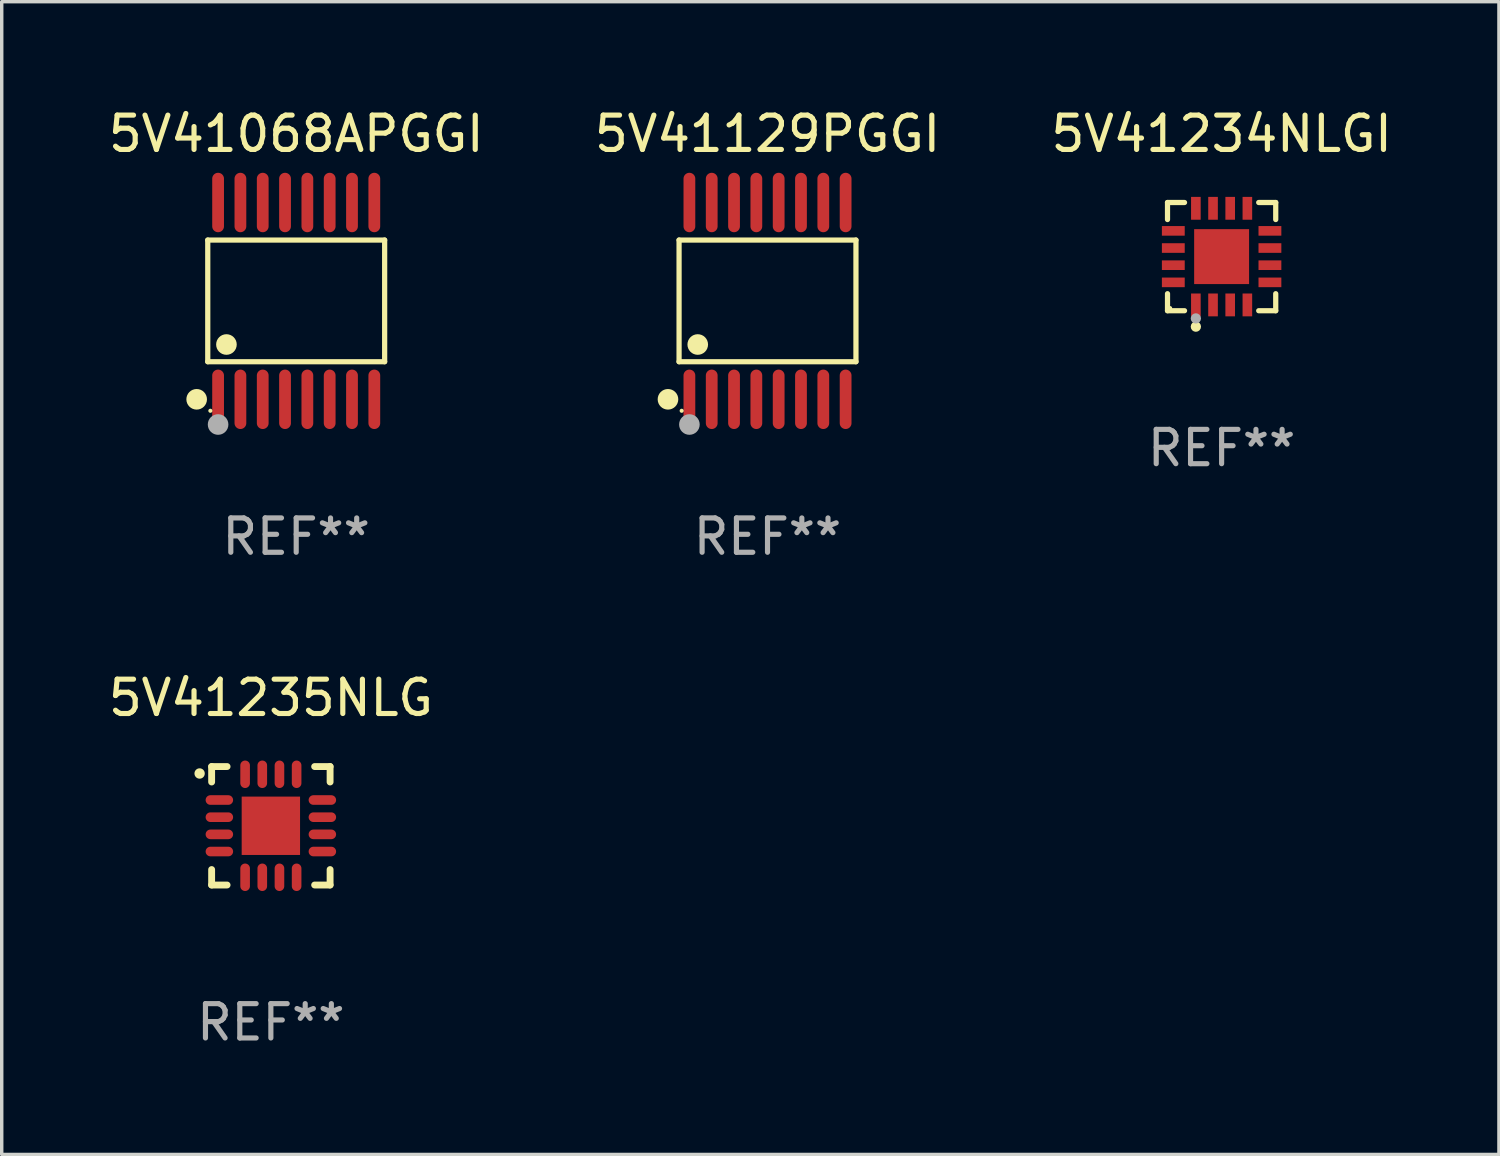
<source format=kicad_pcb>
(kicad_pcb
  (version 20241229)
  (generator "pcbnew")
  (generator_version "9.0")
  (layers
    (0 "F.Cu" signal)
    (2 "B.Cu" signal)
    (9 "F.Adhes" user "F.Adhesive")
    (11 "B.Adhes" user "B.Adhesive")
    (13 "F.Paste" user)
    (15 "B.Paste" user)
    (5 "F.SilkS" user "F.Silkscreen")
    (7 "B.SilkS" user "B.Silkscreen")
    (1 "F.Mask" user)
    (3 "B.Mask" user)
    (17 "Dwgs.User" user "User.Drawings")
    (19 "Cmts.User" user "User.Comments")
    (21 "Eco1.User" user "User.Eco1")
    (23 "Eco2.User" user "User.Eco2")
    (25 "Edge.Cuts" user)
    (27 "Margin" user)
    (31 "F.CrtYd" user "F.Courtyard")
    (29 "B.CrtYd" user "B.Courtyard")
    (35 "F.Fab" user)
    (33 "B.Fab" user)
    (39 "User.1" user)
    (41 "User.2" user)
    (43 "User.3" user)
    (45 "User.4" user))
  (footprint "5V41235NLG"
    (layer "F.Cu")
    (at 4.839 21.001)
    (property "Reference" "5V41235NLG" (at 0 -3.725 0) (layer "F.SilkS") (effects (font (size 1 1) (thickness 0.15))))
    (attr through_hole)
    (fp_line (start -1.725 -1.725) (end -1.275 -1.725) (stroke (width 0.2) (type solid)) (layer "F.SilkS"))
    (fp_line (start -1.725 -1.275) (end -1.725 -1.725) (stroke (width 0.2) (type solid)) (layer "F.SilkS"))
    (fp_line (start -1.725 1.725) (end -1.725 1.275) (stroke (width 0.2) (type solid)) (layer "F.SilkS"))
    (fp_line (start -1.275 1.725) (end -1.725 1.725) (stroke (width 0.2) (type solid)) (layer "F.SilkS"))
    (fp_line (start 1.275 -1.725) (end 1.725 -1.725) (stroke (width 0.2) (type solid)) (layer "F.SilkS"))
    (fp_line (start 1.275 1.725) (end 1.725 1.725) (stroke (width 0.2) (type solid)) (layer "F.SilkS"))
    (fp_line (start 1.725 -1.725) (end 1.725 -1.275) (stroke (width 0.2) (type solid)) (layer "F.SilkS"))
    (fp_line (start 1.725 1.725) (end 1.725 1.275) (stroke (width 0.2) (type solid)) (layer "F.SilkS"))
    (fp_arc (start -2.075184 -1.521463) (mid -2.075189 -1.522733) (end -2.075184 -1.524003) (stroke (width 0.3) (type solid)) (layer "F.SilkS"))
    (fp_text user "REF**" (at 0 5.725 0) (layer "F.Fab") (effects (font (size 1 1) (thickness 0.15))))
    (pad "1" smd oval (at -1.5 -0.75) (size 0.8 0.28) (layers "F.Cu" "F.Mask" "F.Paste"))
    (pad "2" smd oval (at -1.5 -0.25) (size 0.8 0.28) (layers "F.Cu" "F.Mask" "F.Paste"))
    (pad "3" smd oval (at -1.5 0.25) (size 0.8 0.28) (layers "F.Cu" "F.Mask" "F.Paste"))
    (pad "4" smd oval (at -1.5 0.75) (size 0.8 0.28) (layers "F.Cu" "F.Mask" "F.Paste"))
    (pad "5" smd oval (at -0.75 1.5) (size 0.28 0.8) (layers "F.Cu" "F.Mask" "F.Paste"))
    (pad "6" smd oval (at -0.25 1.5) (size 0.28 0.8) (layers "F.Cu" "F.Mask" "F.Paste"))
    (pad "7" smd oval (at 0.25 1.5) (size 0.28 0.8) (layers "F.Cu" "F.Mask" "F.Paste"))
    (pad "8" smd oval (at 0.75 1.5) (size 0.28 0.8) (layers "F.Cu" "F.Mask" "F.Paste"))
    (pad "9" smd oval (at 1.5 0.75) (size 0.8 0.28) (layers "F.Cu" "F.Mask" "F.Paste"))
    (pad "10" smd oval (at 1.5 0.25) (size 0.8 0.28) (layers "F.Cu" "F.Mask" "F.Paste"))
    (pad "11" smd oval (at 1.5 -0.25) (size 0.8 0.28) (layers "F.Cu" "F.Mask" "F.Paste"))
    (pad "12" smd oval (at 1.5 -0.75) (size 0.8 0.28) (layers "F.Cu" "F.Mask" "F.Paste"))
    (pad "13" smd oval (at 0.75 -1.5) (size 0.28 0.8) (layers "F.Cu" "F.Mask" "F.Paste"))
    (pad "14" smd oval (at 0.25 -1.5) (size 0.28 0.8) (layers "F.Cu" "F.Mask" "F.Paste"))
    (pad "15" smd oval (at -0.25 -1.5) (size 0.28 0.8) (layers "F.Cu" "F.Mask" "F.Paste"))
    (pad "16" smd oval (at -0.75 -1.5) (size 0.28 0.8) (layers "F.Cu" "F.Mask" "F.Paste"))
    (pad "17" smd rect (at 0.000076 0.000076) (size 1.7 1.7) (layers "F.Cu" "F.Mask" "F.Paste")))
  (footprint "5V41068APGGI"
    (layer "F.Cu")
    (at 5.577 5.714)
    (property "Reference" "5V41068APGGI" (at 0 -4.866 0) (layer "F.SilkS") (effects (font (size 1 1) (thickness 0.15))))
    (attr through_hole)
    (fp_line (start -2.576 -1.772) (end 2.576 -1.772) (stroke (width 0.152) (type solid)) (layer "F.SilkS"))
    (fp_line (start -2.576 1.771) (end -2.576 -1.772) (stroke (width 0.152) (type solid)) (layer "F.SilkS"))
    (fp_line (start 2.576 -1.772) (end 2.576 1.771) (stroke (width 0.152) (type solid)) (layer "F.SilkS"))
    (fp_line (start 2.576 1.771) (end -2.576 1.771) (stroke (width 0.152) (type solid)) (layer "F.SilkS"))
    (fp_circle (center -2.899 2.866) (end -2.749 2.866) (stroke (width 0.3) (type solid)) (fill no) (layer "F.SilkS"))
    (fp_circle (center -2.5 3.2) (end -2.47 3.2) (stroke (width 0.06) (type solid)) (fill no) (layer "F.SilkS"))
    (fp_circle (center -2.032 1.27) (end -1.882 1.27) (stroke (width 0.3) (type solid)) (fill no) (layer "F.SilkS"))
    (fp_circle (center -2.275 3.6) (end -2.125 3.6) (stroke (width 0.3) (type solid)) (fill no) (layer "F.Fab"))
    (fp_text user "REF**" (at 0 6.866 0) (layer "F.Fab") (effects (font (size 1 1) (thickness 0.15))))
    (pad "1" smd oval (at -2.275 2.866) (size 0.343 1.731) (layers "F.Cu" "F.Mask" "F.Paste"))
    (pad "2" smd oval (at -1.625 2.866) (size 0.343 1.731) (layers "F.Cu" "F.Mask" "F.Paste"))
    (pad "3" smd oval (at -0.975 2.866) (size 0.343 1.731) (layers "F.Cu" "F.Mask" "F.Paste"))
    (pad "4" smd oval (at -0.325 2.866) (size 0.343 1.731) (layers "F.Cu" "F.Mask" "F.Paste"))
    (pad "5" smd oval (at 0.325 2.866) (size 0.343 1.731) (layers "F.Cu" "F.Mask" "F.Paste"))
    (pad "6" smd oval (at 0.975 2.866) (size 0.343 1.731) (layers "F.Cu" "F.Mask" "F.Paste"))
    (pad "7" smd oval (at 1.625 2.866) (size 0.343 1.731) (layers "F.Cu" "F.Mask" "F.Paste"))
    (pad "8" smd oval (at 2.275 2.866) (size 0.343 1.731) (layers "F.Cu" "F.Mask" "F.Paste"))
    (pad "9" smd oval (at 2.275 -2.866) (size 0.343 1.731) (layers "F.Cu" "F.Mask" "F.Paste"))
    (pad "10" smd oval (at 1.625 -2.866) (size 0.343 1.731) (layers "F.Cu" "F.Mask" "F.Paste"))
    (pad "11" smd oval (at 0.975 -2.866) (size 0.343 1.731) (layers "F.Cu" "F.Mask" "F.Paste"))
    (pad "12" smd oval (at 0.325 -2.866) (size 0.343 1.731) (layers "F.Cu" "F.Mask" "F.Paste"))
    (pad "13" smd oval (at -0.325 -2.866) (size 0.343 1.731) (layers "F.Cu" "F.Mask" "F.Paste"))
    (pad "14" smd oval (at -0.975 -2.866) (size 0.343 1.731) (layers "F.Cu" "F.Mask" "F.Paste"))
    (pad "15" smd oval (at -1.625 -2.866) (size 0.343 1.731) (layers "F.Cu" "F.Mask" "F.Paste"))
    (pad "16" smd oval (at -2.275 -2.866) (size 0.343 1.731) (layers "F.Cu" "F.Mask" "F.Paste")))
  (footprint "5V41129PGGI"
    (layer "F.Cu")
    (at 19.304 5.714)
    (property "Reference" "5V41129PGGI" (at 0 -4.866 0) (layer "F.SilkS") (effects (font (size 1 1) (thickness 0.15))))
    (attr through_hole)
    (fp_line (start -2.576 -1.772) (end 2.576 -1.772) (stroke (width 0.152) (type solid)) (layer "F.SilkS"))
    (fp_line (start -2.576 1.771) (end -2.576 -1.772) (stroke (width 0.152) (type solid)) (layer "F.SilkS"))
    (fp_line (start 2.576 -1.772) (end 2.576 1.771) (stroke (width 0.152) (type solid)) (layer "F.SilkS"))
    (fp_line (start 2.576 1.771) (end -2.576 1.771) (stroke (width 0.152) (type solid)) (layer "F.SilkS"))
    (fp_circle (center -2.899 2.866) (end -2.749 2.866) (stroke (width 0.3) (type solid)) (fill no) (layer "F.SilkS"))
    (fp_circle (center -2.5 3.2) (end -2.47 3.2) (stroke (width 0.06) (type solid)) (fill no) (layer "F.SilkS"))
    (fp_circle (center -2.032 1.27) (end -1.882 1.27) (stroke (width 0.3) (type solid)) (fill no) (layer "F.SilkS"))
    (fp_circle (center -2.275 3.6) (end -2.125 3.6) (stroke (width 0.3) (type solid)) (fill no) (layer "F.Fab"))
    (fp_text user "REF**" (at 0 6.866 0) (layer "F.Fab") (effects (font (size 1 1) (thickness 0.15))))
    (pad "1" smd oval (at -2.275 2.866) (size 0.343 1.731) (layers "F.Cu" "F.Mask" "F.Paste"))
    (pad "2" smd oval (at -1.625 2.866) (size 0.343 1.731) (layers "F.Cu" "F.Mask" "F.Paste"))
    (pad "3" smd oval (at -0.975 2.866) (size 0.343 1.731) (layers "F.Cu" "F.Mask" "F.Paste"))
    (pad "4" smd oval (at -0.325 2.866) (size 0.343 1.731) (layers "F.Cu" "F.Mask" "F.Paste"))
    (pad "5" smd oval (at 0.325 2.866) (size 0.343 1.731) (layers "F.Cu" "F.Mask" "F.Paste"))
    (pad "6" smd oval (at 0.975 2.866) (size 0.343 1.731) (layers "F.Cu" "F.Mask" "F.Paste"))
    (pad "7" smd oval (at 1.625 2.866) (size 0.343 1.731) (layers "F.Cu" "F.Mask" "F.Paste"))
    (pad "8" smd oval (at 2.275 2.866) (size 0.343 1.731) (layers "F.Cu" "F.Mask" "F.Paste"))
    (pad "9" smd oval (at 2.275 -2.866) (size 0.343 1.731) (layers "F.Cu" "F.Mask" "F.Paste"))
    (pad "10" smd oval (at 1.625 -2.866) (size 0.343 1.731) (layers "F.Cu" "F.Mask" "F.Paste"))
    (pad "11" smd oval (at 0.975 -2.866) (size 0.343 1.731) (layers "F.Cu" "F.Mask" "F.Paste"))
    (pad "12" smd oval (at 0.325 -2.866) (size 0.343 1.731) (layers "F.Cu" "F.Mask" "F.Paste"))
    (pad "13" smd oval (at -0.325 -2.866) (size 0.343 1.731) (layers "F.Cu" "F.Mask" "F.Paste"))
    (pad "14" smd oval (at -0.975 -2.866) (size 0.343 1.731) (layers "F.Cu" "F.Mask" "F.Paste"))
    (pad "15" smd oval (at -1.625 -2.866) (size 0.343 1.731) (layers "F.Cu" "F.Mask" "F.Paste"))
    (pad "16" smd oval (at -2.275 -2.866) (size 0.343 1.731) (layers "F.Cu" "F.Mask" "F.Paste")))
  (footprint "5V41234NLGI"
    (layer "F.Cu")
    (at 32.53 4.424)
    (property "Reference" "5V41234NLGI" (at 0 -3.576 0) (layer "F.SilkS") (effects (font (size 1 1) (thickness 0.15))))
    (attr through_hole)
    (fp_line (start -1.576 -1.576) (end -1.08 -1.576) (stroke (width 0.152) (type solid)) (layer "F.SilkS"))
    (fp_line (start -1.576 -1.08) (end -1.576 -1.576) (stroke (width 0.152) (type solid)) (layer "F.SilkS"))
    (fp_line (start -1.576 1.08) (end -1.576 1.576) (stroke (width 0.152) (type solid)) (layer "F.SilkS"))
    (fp_line (start -1.576 1.576) (end -1.08 1.576) (stroke (width 0.152) (type solid)) (layer "F.SilkS"))
    (fp_line (start 1.576 -1.576) (end 1.08 -1.576) (stroke (width 0.152) (type solid)) (layer "F.SilkS"))
    (fp_line (start 1.576 -1.08) (end 1.576 -1.576) (stroke (width 0.152) (type solid)) (layer "F.SilkS"))
    (fp_line (start 1.576 1.08) (end 1.576 1.576) (stroke (width 0.152) (type solid)) (layer "F.SilkS"))
    (fp_line (start 1.576 1.576) (end 1.08 1.576) (stroke (width 0.152) (type solid)) (layer "F.SilkS"))
    (fp_circle (center -1.5 1.5) (end -1.47 1.5) (stroke (width 0.06) (type solid)) (fill no) (layer "F.SilkS"))
    (fp_circle (center -0.75 2.04) (end -0.675 2.04) (stroke (width 0.15) (type solid)) (fill no) (layer "F.SilkS"))
    (fp_circle (center -0.75 1.8) (end -0.675 1.8) (stroke (width 0.15) (type solid)) (fill no) (layer "F.Fab"))
    (fp_text user "REF**" (at 0 5.576 0) (layer "F.Fab") (effects (font (size 1 1) (thickness 0.15))))
    (pad "1" smd rect (at -0.75 1.407) (size 0.28 0.665) (layers "F.Cu" "F.Mask" "F.Paste"))
    (pad "2" smd rect (at -0.25 1.407) (size 0.28 0.665) (layers "F.Cu" "F.Mask" "F.Paste"))
    (pad "3" smd rect (at 0.25 1.407) (size 0.28 0.665) (layers "F.Cu" "F.Mask" "F.Paste"))
    (pad "4" smd rect (at 0.75 1.407) (size 0.28 0.665) (layers "F.Cu" "F.Mask" "F.Paste"))
    (pad "5" smd rect (at 1.407 0.75) (size 0.665 0.28) (layers "F.Cu" "F.Mask" "F.Paste"))
    (pad "6" smd rect (at 1.407 0.25) (size 0.665 0.28) (layers "F.Cu" "F.Mask" "F.Paste"))
    (pad "7" smd rect (at 1.407 -0.25) (size 0.665 0.28) (layers "F.Cu" "F.Mask" "F.Paste"))
    (pad "8" smd rect (at 1.407 -0.75) (size 0.665 0.28) (layers "F.Cu" "F.Mask" "F.Paste"))
    (pad "9" smd rect (at 0.75 -1.407) (size 0.28 0.665) (layers "F.Cu" "F.Mask" "F.Paste"))
    (pad "10" smd rect (at 0.25 -1.407) (size 0.28 0.665) (layers "F.Cu" "F.Mask" "F.Paste"))
    (pad "11" smd rect (at -0.25 -1.407) (size 0.28 0.665) (layers "F.Cu" "F.Mask" "F.Paste"))
    (pad "12" smd rect (at -0.75 -1.407) (size 0.28 0.665) (layers "F.Cu" "F.Mask" "F.Paste"))
    (pad "13" smd rect (at -1.407 -0.75) (size 0.665 0.28) (layers "F.Cu" "F.Mask" "F.Paste"))
    (pad "14" smd rect (at -1.407 -0.25) (size 0.665 0.28) (layers "F.Cu" "F.Mask" "F.Paste"))
    (pad "15" smd rect (at -1.407 0.25) (size 0.665 0.28) (layers "F.Cu" "F.Mask" "F.Paste"))
    (pad "16" smd rect (at -1.407 0.75) (size 0.665 0.28) (layers "F.Cu" "F.Mask" "F.Paste"))
    (pad "17" smd rect (at 0 0) (size 1.6 1.6) (layers "F.Cu" "F.Mask" "F.Paste")))
  (gr_rect
    (start -3 -3)
    (end 40.607 30.574)
    (stroke (width 0.1) (type default))
    (fill no)
    (layer "Edge.Cuts")))
</source>
